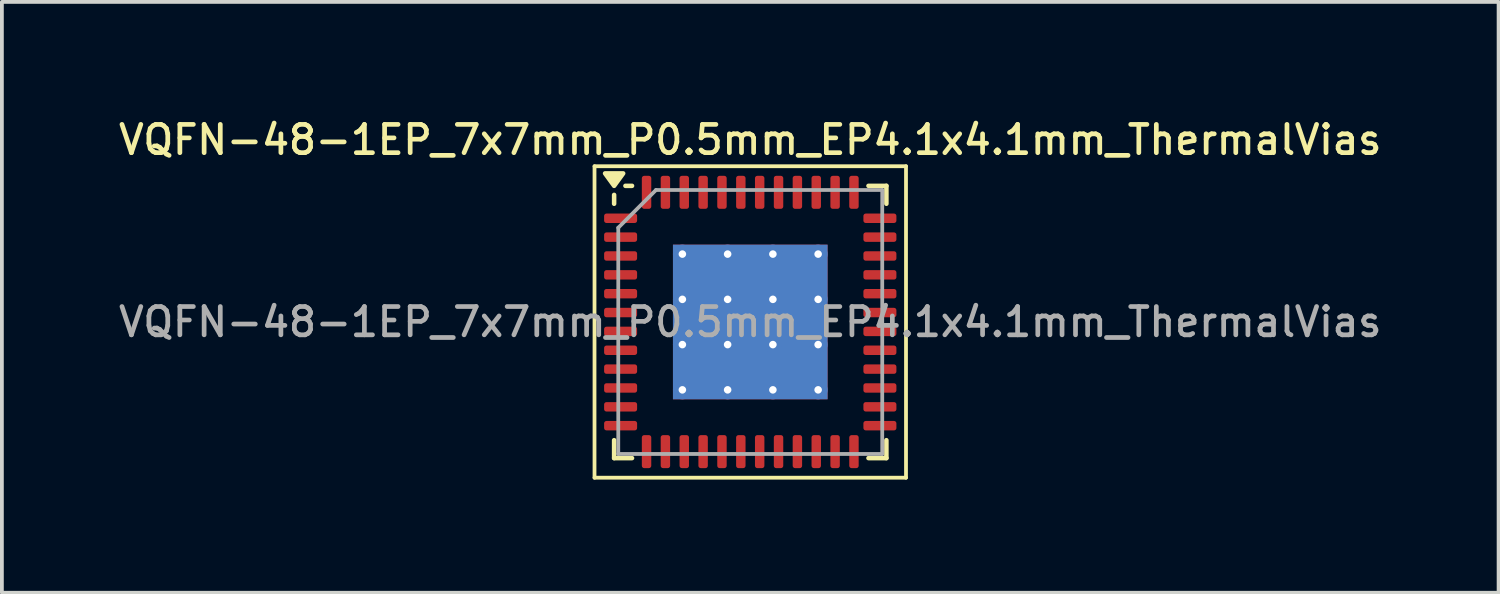
<source format=kicad_pcb>
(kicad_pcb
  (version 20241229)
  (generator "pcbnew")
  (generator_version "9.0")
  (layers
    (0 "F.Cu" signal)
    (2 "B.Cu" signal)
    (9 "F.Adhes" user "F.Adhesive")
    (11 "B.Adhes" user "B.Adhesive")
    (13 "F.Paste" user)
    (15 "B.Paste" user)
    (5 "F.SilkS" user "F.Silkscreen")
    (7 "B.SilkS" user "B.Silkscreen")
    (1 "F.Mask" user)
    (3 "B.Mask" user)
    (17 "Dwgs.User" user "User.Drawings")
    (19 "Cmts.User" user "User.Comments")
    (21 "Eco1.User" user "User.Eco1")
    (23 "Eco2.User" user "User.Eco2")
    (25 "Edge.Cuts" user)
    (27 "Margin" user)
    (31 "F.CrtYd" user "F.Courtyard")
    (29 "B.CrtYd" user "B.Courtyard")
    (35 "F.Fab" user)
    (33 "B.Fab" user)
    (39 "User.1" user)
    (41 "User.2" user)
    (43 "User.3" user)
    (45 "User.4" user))
  (footprint "VQFN-48-1EP_7x7mm_P0.5mm_EP4.1x4.1mm_ThermalVias"
    (layer "F.Cu")
    (at 16.845 5.488)
    (property "Reference" "VQFN-48-1EP_7x7mm_P0.5mm_EP4.1x4.1mm_ThermalVias" (at 0 -4.83 0) (layer "F.SilkS") (effects (font (size 0.75 0.75) (thickness 0.125))))
    (attr smd)
    (fp_line (start -4.13 -4.13) (end -4.13 4.13) (stroke (width 0.1) (type solid)) (layer "F.SilkS"))
    (fp_line (start -4.13 4.13) (end 4.13 4.13) (stroke (width 0.1) (type solid)) (layer "F.SilkS"))
    (fp_line (start -3.61 -3.135) (end -3.61 -3.37) (stroke (width 0.12) (type solid)) (layer "F.SilkS"))
    (fp_line (start -3.61 3.61) (end -3.61 3.135) (stroke (width 0.12) (type solid)) (layer "F.SilkS"))
    (fp_line (start -3.135 -3.61) (end -3.31 -3.61) (stroke (width 0.12) (type solid)) (layer "F.SilkS"))
    (fp_line (start -3.135 3.61) (end -3.61 3.61) (stroke (width 0.12) (type solid)) (layer "F.SilkS"))
    (fp_line (start 3.135 -3.61) (end 3.61 -3.61) (stroke (width 0.12) (type solid)) (layer "F.SilkS"))
    (fp_line (start 3.135 3.61) (end 3.61 3.61) (stroke (width 0.12) (type solid)) (layer "F.SilkS"))
    (fp_line (start 3.61 -3.61) (end 3.61 -3.135) (stroke (width 0.12) (type solid)) (layer "F.SilkS"))
    (fp_line (start 3.61 3.61) (end 3.61 3.135) (stroke (width 0.12) (type solid)) (layer "F.SilkS"))
    (fp_line (start 4.13 -4.13) (end -4.13 -4.13) (stroke (width 0.1) (type solid)) (layer "F.SilkS"))
    (fp_line (start 4.13 4.13) (end 4.13 -4.13) (stroke (width 0.1) (type solid)) (layer "F.SilkS"))
    (fp_poly (pts (xy -3.61 -3.61) (xy -3.85 -3.94) (xy -3.37 -3.94) (xy -3.61 -3.61)) (stroke (width 0.12) (type solid)) (fill yes) (layer "F.SilkS"))
    (fp_line (start -3.5 -2.5) (end -2.5 -3.5) (stroke (width 0.1) (type solid)) (layer "F.Fab"))
    (fp_line (start -3.5 3.5) (end -3.5 -2.5) (stroke (width 0.1) (type solid)) (layer "F.Fab"))
    (fp_line (start -2.5 -3.5) (end 3.5 -3.5) (stroke (width 0.1) (type solid)) (layer "F.Fab"))
    (fp_line (start 3.5 -3.5) (end 3.5 3.5) (stroke (width 0.1) (type solid)) (layer "F.Fab"))
    (fp_line (start 3.5 3.5) (end -3.5 3.5) (stroke (width 0.1) (type solid)) (layer "F.Fab"))
    (fp_text user "${REFERENCE}" (at 0 0 0) (layer "F.Fab") (effects (font (size 0.75 0.75) (thickness 0.125))))
    (pad "" smd roundrect (at -1.37 -1.37) (size 1.1 1.1) (layers "F.Paste") (roundrect_rratio 0.227))
    (pad "" smd roundrect (at -1.37 0) (size 1.1 1.1) (layers "F.Paste") (roundrect_rratio 0.227))
    (pad "" smd roundrect (at -1.37 1.37) (size 1.1 1.1) (layers "F.Paste") (roundrect_rratio 0.227))
    (pad "" smd roundrect (at 0 -1.37) (size 1.1 1.1) (layers "F.Paste") (roundrect_rratio 0.227))
    (pad "" smd roundrect (at 0 0) (size 1.1 1.1) (layers "F.Paste") (roundrect_rratio 0.227))
    (pad "" smd roundrect (at 0 1.37) (size 1.1 1.1) (layers "F.Paste") (roundrect_rratio 0.227))
    (pad "" smd roundrect (at 1.37 -1.37) (size 1.1 1.1) (layers "F.Paste") (roundrect_rratio 0.227))
    (pad "" smd roundrect (at 1.37 0) (size 1.1 1.1) (layers "F.Paste") (roundrect_rratio 0.227))
    (pad "" smd roundrect (at 1.37 1.37) (size 1.1 1.1) (layers "F.Paste") (roundrect_rratio 0.227))
    (pad "1" smd roundrect (at -3.438 -2.75) (size 0.875 0.25) (layers "F.Cu" "F.Mask" "F.Paste") (roundrect_rratio 0.25))
    (pad "2" smd roundrect (at -3.438 -2.25) (size 0.875 0.25) (layers "F.Cu" "F.Mask" "F.Paste") (roundrect_rratio 0.25))
    (pad "3" smd roundrect (at -3.438 -1.75) (size 0.875 0.25) (layers "F.Cu" "F.Mask" "F.Paste") (roundrect_rratio 0.25))
    (pad "4" smd roundrect (at -3.438 -1.25) (size 0.875 0.25) (layers "F.Cu" "F.Mask" "F.Paste") (roundrect_rratio 0.25))
    (pad "5" smd roundrect (at -3.438 -0.75) (size 0.875 0.25) (layers "F.Cu" "F.Mask" "F.Paste") (roundrect_rratio 0.25))
    (pad "6" smd roundrect (at -3.438 -0.25) (size 0.875 0.25) (layers "F.Cu" "F.Mask" "F.Paste") (roundrect_rratio 0.25))
    (pad "7" smd roundrect (at -3.438 0.25) (size 0.875 0.25) (layers "F.Cu" "F.Mask" "F.Paste") (roundrect_rratio 0.25))
    (pad "8" smd roundrect (at -3.438 0.75) (size 0.875 0.25) (layers "F.Cu" "F.Mask" "F.Paste") (roundrect_rratio 0.25))
    (pad "9" smd roundrect (at -3.438 1.25) (size 0.875 0.25) (layers "F.Cu" "F.Mask" "F.Paste") (roundrect_rratio 0.25))
    (pad "10" smd roundrect (at -3.438 1.75) (size 0.875 0.25) (layers "F.Cu" "F.Mask" "F.Paste") (roundrect_rratio 0.25))
    (pad "11" smd roundrect (at -3.438 2.25) (size 0.875 0.25) (layers "F.Cu" "F.Mask" "F.Paste") (roundrect_rratio 0.25))
    (pad "12" smd roundrect (at -3.438 2.75) (size 0.875 0.25) (layers "F.Cu" "F.Mask" "F.Paste") (roundrect_rratio 0.25))
    (pad "13" smd roundrect (at -2.75 3.438) (size 0.25 0.875) (layers "F.Cu" "F.Mask" "F.Paste") (roundrect_rratio 0.25))
    (pad "14" smd roundrect (at -2.25 3.438) (size 0.25 0.875) (layers "F.Cu" "F.Mask" "F.Paste") (roundrect_rratio 0.25))
    (pad "15" smd roundrect (at -1.75 3.438) (size 0.25 0.875) (layers "F.Cu" "F.Mask" "F.Paste") (roundrect_rratio 0.25))
    (pad "16" smd roundrect (at -1.25 3.438) (size 0.25 0.875) (layers "F.Cu" "F.Mask" "F.Paste") (roundrect_rratio 0.25))
    (pad "17" smd roundrect (at -0.75 3.438) (size 0.25 0.875) (layers "F.Cu" "F.Mask" "F.Paste") (roundrect_rratio 0.25))
    (pad "18" smd roundrect (at -0.25 3.438) (size 0.25 0.875) (layers "F.Cu" "F.Mask" "F.Paste") (roundrect_rratio 0.25))
    (pad "19" smd roundrect (at 0.25 3.438) (size 0.25 0.875) (layers "F.Cu" "F.Mask" "F.Paste") (roundrect_rratio 0.25))
    (pad "20" smd roundrect (at 0.75 3.438) (size 0.25 0.875) (layers "F.Cu" "F.Mask" "F.Paste") (roundrect_rratio 0.25))
    (pad "21" smd roundrect (at 1.25 3.438) (size 0.25 0.875) (layers "F.Cu" "F.Mask" "F.Paste") (roundrect_rratio 0.25))
    (pad "22" smd roundrect (at 1.75 3.438) (size 0.25 0.875) (layers "F.Cu" "F.Mask" "F.Paste") (roundrect_rratio 0.25))
    (pad "23" smd roundrect (at 2.25 3.438) (size 0.25 0.875) (layers "F.Cu" "F.Mask" "F.Paste") (roundrect_rratio 0.25))
    (pad "24" smd roundrect (at 2.75 3.438) (size 0.25 0.875) (layers "F.Cu" "F.Mask" "F.Paste") (roundrect_rratio 0.25))
    (pad "25" smd roundrect (at 3.438 2.75) (size 0.875 0.25) (layers "F.Cu" "F.Mask" "F.Paste") (roundrect_rratio 0.25))
    (pad "26" smd roundrect (at 3.438 2.25) (size 0.875 0.25) (layers "F.Cu" "F.Mask" "F.Paste") (roundrect_rratio 0.25))
    (pad "27" smd roundrect (at 3.438 1.75) (size 0.875 0.25) (layers "F.Cu" "F.Mask" "F.Paste") (roundrect_rratio 0.25))
    (pad "28" smd roundrect (at 3.438 1.25) (size 0.875 0.25) (layers "F.Cu" "F.Mask" "F.Paste") (roundrect_rratio 0.25))
    (pad "29" smd roundrect (at 3.438 0.75) (size 0.875 0.25) (layers "F.Cu" "F.Mask" "F.Paste") (roundrect_rratio 0.25))
    (pad "30" smd roundrect (at 3.438 0.25) (size 0.875 0.25) (layers "F.Cu" "F.Mask" "F.Paste") (roundrect_rratio 0.25))
    (pad "31" smd roundrect (at 3.438 -0.25) (size 0.875 0.25) (layers "F.Cu" "F.Mask" "F.Paste") (roundrect_rratio 0.25))
    (pad "32" smd roundrect (at 3.438 -0.75) (size 0.875 0.25) (layers "F.Cu" "F.Mask" "F.Paste") (roundrect_rratio 0.25))
    (pad "33" smd roundrect (at 3.438 -1.25) (size 0.875 0.25) (layers "F.Cu" "F.Mask" "F.Paste") (roundrect_rratio 0.25))
    (pad "34" smd roundrect (at 3.438 -1.75) (size 0.875 0.25) (layers "F.Cu" "F.Mask" "F.Paste") (roundrect_rratio 0.25))
    (pad "35" smd roundrect (at 3.438 -2.25) (size 0.875 0.25) (layers "F.Cu" "F.Mask" "F.Paste") (roundrect_rratio 0.25))
    (pad "36" smd roundrect (at 3.438 -2.75) (size 0.875 0.25) (layers "F.Cu" "F.Mask" "F.Paste") (roundrect_rratio 0.25))
    (pad "37" smd roundrect (at 2.75 -3.438) (size 0.25 0.875) (layers "F.Cu" "F.Mask" "F.Paste") (roundrect_rratio 0.25))
    (pad "38" smd roundrect (at 2.25 -3.438) (size 0.25 0.875) (layers "F.Cu" "F.Mask" "F.Paste") (roundrect_rratio 0.25))
    (pad "39" smd roundrect (at 1.75 -3.438) (size 0.25 0.875) (layers "F.Cu" "F.Mask" "F.Paste") (roundrect_rratio 0.25))
    (pad "40" smd roundrect (at 1.25 -3.438) (size 0.25 0.875) (layers "F.Cu" "F.Mask" "F.Paste") (roundrect_rratio 0.25))
    (pad "41" smd roundrect (at 0.75 -3.438) (size 0.25 0.875) (layers "F.Cu" "F.Mask" "F.Paste") (roundrect_rratio 0.25))
    (pad "42" smd roundrect (at 0.25 -3.438) (size 0.25 0.875) (layers "F.Cu" "F.Mask" "F.Paste") (roundrect_rratio 0.25))
    (pad "43" smd roundrect (at -0.25 -3.438) (size 0.25 0.875) (layers "F.Cu" "F.Mask" "F.Paste") (roundrect_rratio 0.25))
    (pad "44" smd roundrect (at -0.75 -3.438) (size 0.25 0.875) (layers "F.Cu" "F.Mask" "F.Paste") (roundrect_rratio 0.25))
    (pad "45" smd roundrect (at -1.25 -3.438) (size 0.25 0.875) (layers "F.Cu" "F.Mask" "F.Paste") (roundrect_rratio 0.25))
    (pad "46" smd roundrect (at -1.75 -3.438) (size 0.25 0.875) (layers "F.Cu" "F.Mask" "F.Paste") (roundrect_rratio 0.25))
    (pad "47" smd roundrect (at -2.25 -3.438) (size 0.25 0.875) (layers "F.Cu" "F.Mask" "F.Paste") (roundrect_rratio 0.25))
    (pad "48" smd roundrect (at -2.75 -3.438) (size 0.25 0.875) (layers "F.Cu" "F.Mask" "F.Paste") (roundrect_rratio 0.25))
    (pad "49" thru_hole circle (at -1.8 -1.8) (size 0.5 0.5) (drill 0.2) (property pad_prop_heatsink) (layers "*.Cu"))
    (pad "49" thru_hole circle (at -1.8 -0.6) (size 0.5 0.5) (drill 0.2) (property pad_prop_heatsink) (layers "*.Cu"))
    (pad "49" thru_hole circle (at -1.8 0.6) (size 0.5 0.5) (drill 0.2) (property pad_prop_heatsink) (layers "*.Cu"))
    (pad "49" thru_hole circle (at -1.8 1.8) (size 0.5 0.5) (drill 0.2) (property pad_prop_heatsink) (layers "*.Cu"))
    (pad "49" thru_hole circle (at -0.6 -1.8) (size 0.5 0.5) (drill 0.2) (property pad_prop_heatsink) (layers "*.Cu"))
    (pad "49" thru_hole circle (at -0.6 -0.6) (size 0.5 0.5) (drill 0.2) (property pad_prop_heatsink) (layers "*.Cu"))
    (pad "49" thru_hole circle (at -0.6 0.6) (size 0.5 0.5) (drill 0.2) (property pad_prop_heatsink) (layers "*.Cu"))
    (pad "49" thru_hole circle (at -0.6 1.8) (size 0.5 0.5) (drill 0.2) (property pad_prop_heatsink) (layers "*.Cu"))
    (pad "49" smd rect (at 0 0) (size 4.1 4.1) (property pad_prop_heatsink) (layers "F.Cu" "F.Mask"))
    (pad "49" smd rect (at 0 0) (size 4.1 4.1) (property pad_prop_heatsink) (layers "B.Cu"))
    (pad "49" thru_hole circle (at 0.6 -1.8) (size 0.5 0.5) (drill 0.2) (property pad_prop_heatsink) (layers "*.Cu"))
    (pad "49" thru_hole circle (at 0.6 -0.6) (size 0.5 0.5) (drill 0.2) (property pad_prop_heatsink) (layers "*.Cu"))
    (pad "49" thru_hole circle (at 0.6 0.6) (size 0.5 0.5) (drill 0.2) (property pad_prop_heatsink) (layers "*.Cu"))
    (pad "49" thru_hole circle (at 0.6 1.8) (size 0.5 0.5) (drill 0.2) (property pad_prop_heatsink) (layers "*.Cu"))
    (pad "49" thru_hole circle (at 1.8 -1.8) (size 0.5 0.5) (drill 0.2) (property pad_prop_heatsink) (layers "*.Cu"))
    (pad "49" thru_hole circle (at 1.8 -0.6) (size 0.5 0.5) (drill 0.2) (property pad_prop_heatsink) (layers "*.Cu"))
    (pad "49" thru_hole circle (at 1.8 0.6) (size 0.5 0.5) (drill 0.2) (property pad_prop_heatsink) (layers "*.Cu"))
    (pad "49" thru_hole circle (at 1.8 1.8) (size 0.5 0.5) (drill 0.2) (property pad_prop_heatsink) (layers "*.Cu")))
  (gr_rect
    (start -3 -3)
    (end 36.689 12.668)
    (stroke (width 0.1) (type default))
    (fill no)
    (layer "Edge.Cuts")))
</source>
